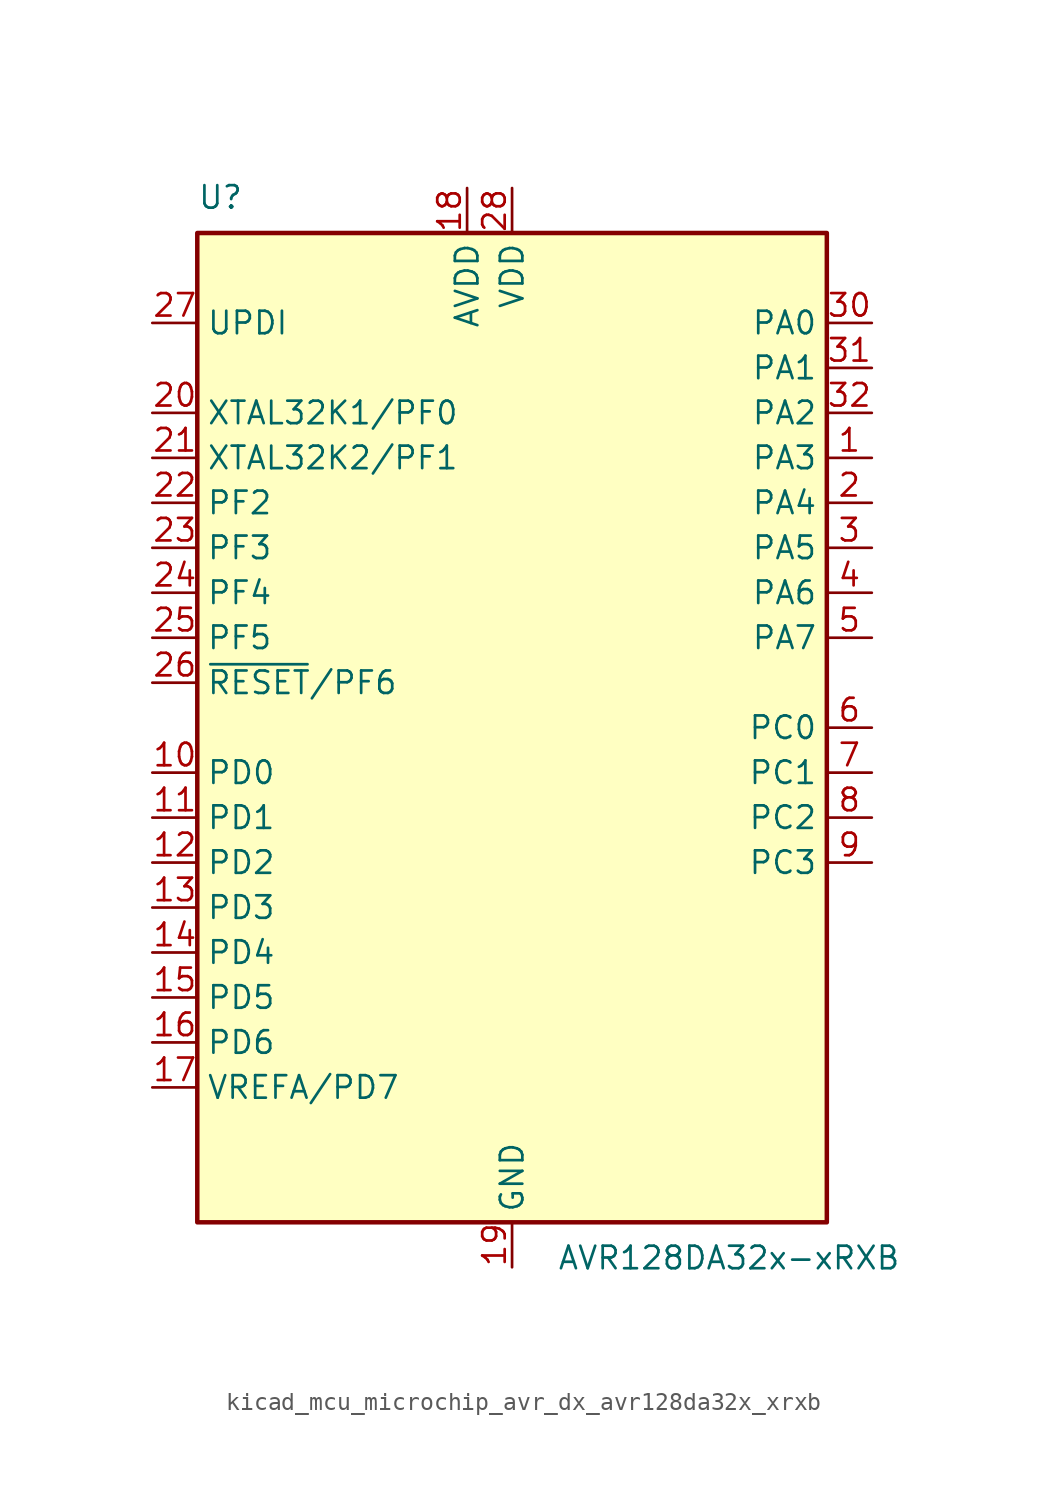
<source format=kicad_sym>
(kicad_symbol_lib
  (version 20220914)
  (generator kicad_symbol_editor)
  (symbol "kicad_mcu_microchip_avr_dx_avr128da32x_xrxb"
    (property "Reference" "U"
      (at -17.78 29.21 0)
      (effects (font (size 1.27 1.27)) (justify left bottom)))
    (property "Value" "AVR128DA32x-xRXB"
      (at 2.54 -29.21 0)
      (effects (font (size 1.27 1.27)) (justify left top)))
    (symbol "kicad_mcu_microchip_avr_dx_avr128da32x_xrxb_0_1"
      (rectangle (start -17.78 27.94) (end 17.78 -27.94) (stroke (width 0.254) (type default)) (fill (type background))))
    (symbol "kicad_mcu_microchip_avr_dx_avr128da32x_xrxb_1_1"
      (pin bidirectional line (at 20.32 15.24 180) (length 2.54) (name "PA3" (effects (font (size 1.27 1.27)))) (number "1" (effects (font (size 1.27 1.27)))))
      (pin bidirectional line (at -20.32 -2.54 0) (length 2.54) (name "PD0" (effects (font (size 1.27 1.27)))) (number "10" (effects (font (size 1.27 1.27)))))
      (pin bidirectional line (at -20.32 -5.08 0) (length 2.54) (name "PD1" (effects (font (size 1.27 1.27)))) (number "11" (effects (font (size 1.27 1.27)))))
      (pin bidirectional line (at -20.32 -7.62 0) (length 2.54) (name "PD2" (effects (font (size 1.27 1.27)))) (number "12" (effects (font (size 1.27 1.27)))))
      (pin bidirectional line (at -20.32 -10.16 0) (length 2.54) (name "PD3" (effects (font (size 1.27 1.27)))) (number "13" (effects (font (size 1.27 1.27)))))
      (pin bidirectional line (at -20.32 -12.7 0) (length 2.54) (name "PD4" (effects (font (size 1.27 1.27)))) (number "14" (effects (font (size 1.27 1.27)))))
      (pin bidirectional line (at -20.32 -15.24 0) (length 2.54) (name "PD5" (effects (font (size 1.27 1.27)))) (number "15" (effects (font (size 1.27 1.27)))))
      (pin bidirectional line (at -20.32 -17.78 0) (length 2.54) (name "PD6" (effects (font (size 1.27 1.27)))) (number "16" (effects (font (size 1.27 1.27)))))
      (pin bidirectional line (at -20.32 -20.32 0) (length 2.54) (name "VREFA/PD7" (effects (font (size 1.27 1.27)))) (number "17" (effects (font (size 1.27 1.27)))))
      (pin power_in line (at -2.54 30.48 270) (length 2.54) (name "AVDD" (effects (font (size 1.27 1.27)))) (number "18" (effects (font (size 1.27 1.27)))))
      (pin power_in line (at 0 -30.48 90) (length 2.54) (name "GND" (effects (font (size 1.27 1.27)))) (number "19" (effects (font (size 1.27 1.27)))))
      (pin bidirectional line (at 20.32 12.7 180) (length 2.54) (name "PA4" (effects (font (size 1.27 1.27)))) (number "2" (effects (font (size 1.27 1.27)))))
      (pin bidirectional line (at -20.32 17.78 0) (length 2.54) (name "XTAL32K1/PF0" (effects (font (size 1.27 1.27)))) (number "20" (effects (font (size 1.27 1.27)))))
      (pin bidirectional line (at -20.32 15.24 0) (length 2.54) (name "XTAL32K2/PF1" (effects (font (size 1.27 1.27)))) (number "21" (effects (font (size 1.27 1.27)))))
      (pin bidirectional line (at -20.32 12.7 0) (length 2.54) (name "PF2" (effects (font (size 1.27 1.27)))) (number "22" (effects (font (size 1.27 1.27)))))
      (pin bidirectional line (at -20.32 10.16 0) (length 2.54) (name "PF3" (effects (font (size 1.27 1.27)))) (number "23" (effects (font (size 1.27 1.27)))))
      (pin bidirectional line (at -20.32 7.62 0) (length 2.54) (name "PF4" (effects (font (size 1.27 1.27)))) (number "24" (effects (font (size 1.27 1.27)))))
      (pin bidirectional line (at -20.32 5.08 0) (length 2.54) (name "PF5" (effects (font (size 1.27 1.27)))) (number "25" (effects (font (size 1.27 1.27)))))
      (pin bidirectional line (at -20.32 2.54 0) (length 2.54) (name "~{RESET}/PF6" (effects (font (size 1.27 1.27)))) (number "26" (effects (font (size 1.27 1.27)))))
      (pin input line (at -20.32 22.86 0) (length 2.54) (name "UPDI" (effects (font (size 1.27 1.27)))) (number "27" (effects (font (size 1.27 1.27)))))
      (pin power_in line (at 0 30.48 270) (length 2.54) (name "VDD" (effects (font (size 1.27 1.27)))) (number "28" (effects (font (size 1.27 1.27)))))
      (pin passive line (at 0 -30.48 90) (length 2.54) hide (name "GND" (effects (font (size 1.27 1.27)))) (number "29" (effects (font (size 1.27 1.27)))))
      (pin bidirectional line (at 20.32 10.16 180) (length 2.54) (name "PA5" (effects (font (size 1.27 1.27)))) (number "3" (effects (font (size 1.27 1.27)))))
      (pin bidirectional line (at 20.32 22.86 180) (length 2.54) (name "PA0" (effects (font (size 1.27 1.27)))) (number "30" (effects (font (size 1.27 1.27)))))
      (pin bidirectional line (at 20.32 20.32 180) (length 2.54) (name "PA1" (effects (font (size 1.27 1.27)))) (number "31" (effects (font (size 1.27 1.27)))))
      (pin bidirectional line (at 20.32 17.78 180) (length 2.54) (name "PA2" (effects (font (size 1.27 1.27)))) (number "32" (effects (font (size 1.27 1.27)))))
      (pin passive line (at 0 -30.48 90) (length 2.54) hide (name "GND" (effects (font (size 1.27 1.27)))) (number "33" (effects (font (size 1.27 1.27)))))
      (pin bidirectional line (at 20.32 7.62 180) (length 2.54) (name "PA6" (effects (font (size 1.27 1.27)))) (number "4" (effects (font (size 1.27 1.27)))))
      (pin bidirectional line (at 20.32 5.08 180) (length 2.54) (name "PA7" (effects (font (size 1.27 1.27)))) (number "5" (effects (font (size 1.27 1.27)))))
      (pin bidirectional line (at 20.32 0 180) (length 2.54) (name "PC0" (effects (font (size 1.27 1.27)))) (number "6" (effects (font (size 1.27 1.27)))))
      (pin bidirectional line (at 20.32 -2.54 180) (length 2.54) (name "PC1" (effects (font (size 1.27 1.27)))) (number "7" (effects (font (size 1.27 1.27)))))
      (pin bidirectional line (at 20.32 -5.08 180) (length 2.54) (name "PC2" (effects (font (size 1.27 1.27)))) (number "8" (effects (font (size 1.27 1.27)))))
      (pin bidirectional line (at 20.32 -7.62 180) (length 2.54) (name "PC3" (effects (font (size 1.27 1.27)))) (number "9" (effects (font (size 1.27 1.27))))))))
</source>
